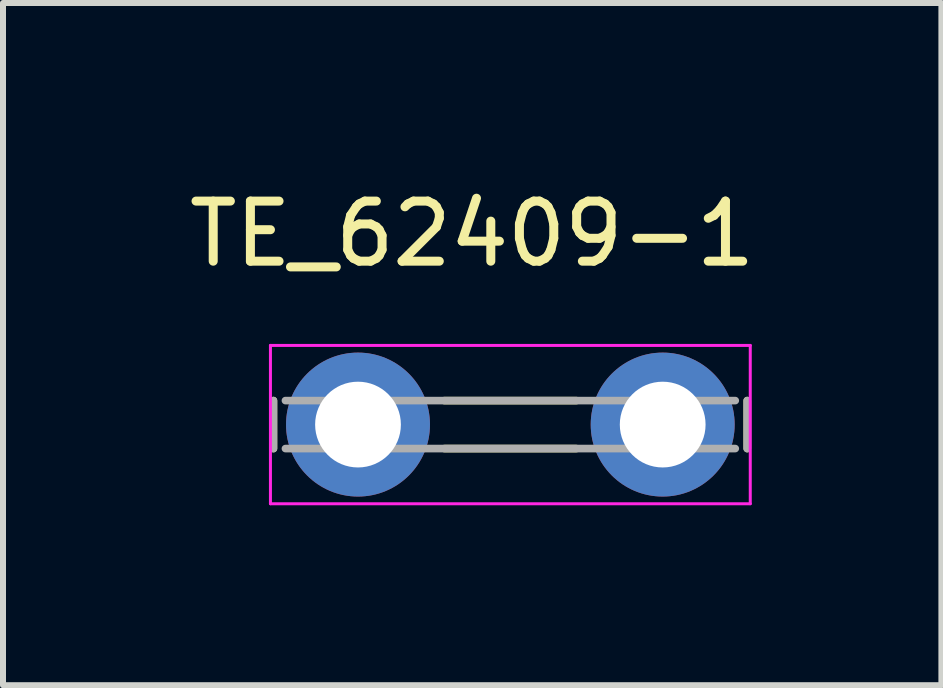
<source format=kicad_pcb>
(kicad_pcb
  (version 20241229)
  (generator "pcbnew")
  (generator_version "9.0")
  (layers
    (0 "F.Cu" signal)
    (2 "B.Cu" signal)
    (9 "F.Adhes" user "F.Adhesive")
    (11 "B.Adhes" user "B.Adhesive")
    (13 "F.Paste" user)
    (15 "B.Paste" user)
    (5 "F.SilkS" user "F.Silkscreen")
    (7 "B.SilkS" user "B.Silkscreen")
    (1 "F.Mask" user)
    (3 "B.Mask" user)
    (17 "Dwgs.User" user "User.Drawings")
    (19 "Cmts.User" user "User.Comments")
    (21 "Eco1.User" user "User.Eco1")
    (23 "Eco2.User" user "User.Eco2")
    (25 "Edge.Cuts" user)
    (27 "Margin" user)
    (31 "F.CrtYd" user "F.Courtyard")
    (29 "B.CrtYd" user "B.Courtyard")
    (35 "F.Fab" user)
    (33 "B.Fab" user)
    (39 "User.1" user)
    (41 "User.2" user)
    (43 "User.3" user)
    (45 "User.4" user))
  (footprint "TE_62409-1"
    (layer "F.Cu")
    (at 5.459 4.029)
    (property "Reference" "TE_62409-1" (at -0.636 -3.18 0) (layer "F.SilkS") (effects (font (size 1.002 1.002) (thickness 0.15))))
    (attr through_hole)
    (fp_line (start -3.95 -0.4) (end -3.95 0.4) (stroke (width 0.127) (type solid)) (layer "F.SilkS"))
    (fp_line (start -1.1 -0.4) (end 1.1 -0.4) (stroke (width 0.127) (type solid)) (layer "F.SilkS"))
    (fp_line (start -1.1 0.4) (end 1.1 0.4) (stroke (width 0.127) (type solid)) (layer "F.SilkS"))
    (fp_line (start 3.95 -0.4) (end 3.95 0.4) (stroke (width 0.127) (type solid)) (layer "F.SilkS"))
    (fp_line (start -4 -1.32) (end 4 -1.32) (stroke (width 0.05) (type solid)) (layer "F.CrtYd"))
    (fp_line (start -4 1.32) (end -4 -1.32) (stroke (width 0.05) (type solid)) (layer "F.CrtYd"))
    (fp_line (start 4 -1.32) (end 4 1.32) (stroke (width 0.05) (type solid)) (layer "F.CrtYd"))
    (fp_line (start 4 1.32) (end -4 1.32) (stroke (width 0.05) (type solid)) (layer "F.CrtYd"))
    (fp_line (start -3.95 0.4) (end -3.95 -0.4) (stroke (width 0.127) (type solid)) (layer "F.Fab"))
    (fp_line (start -3.75 -0.4) (end 3.75 -0.4) (stroke (width 0.127) (type solid)) (layer "F.Fab"))
    (fp_line (start 3.75 0.4) (end -3.75 0.4) (stroke (width 0.127) (type solid)) (layer "F.Fab"))
    (fp_line (start 3.95 -0.4) (end 3.95 0.4) (stroke (width 0.127) (type solid)) (layer "F.Fab"))
    (pad "1" thru_hole circle (at -2.54 0) (size 2.4 2.4) (drill 1.43) (layers "*.Cu" "*.Mask"))
    (pad "1" thru_hole circle (at 2.54 0) (size 2.4 2.4) (drill 1.43) (layers "*.Cu" "*.Mask")))
  (gr_rect
    (start -3 -3)
    (end 12.646 8.374)
    (stroke (width 0.1) (type default))
    (fill no)
    (layer "Edge.Cuts")))
</source>
